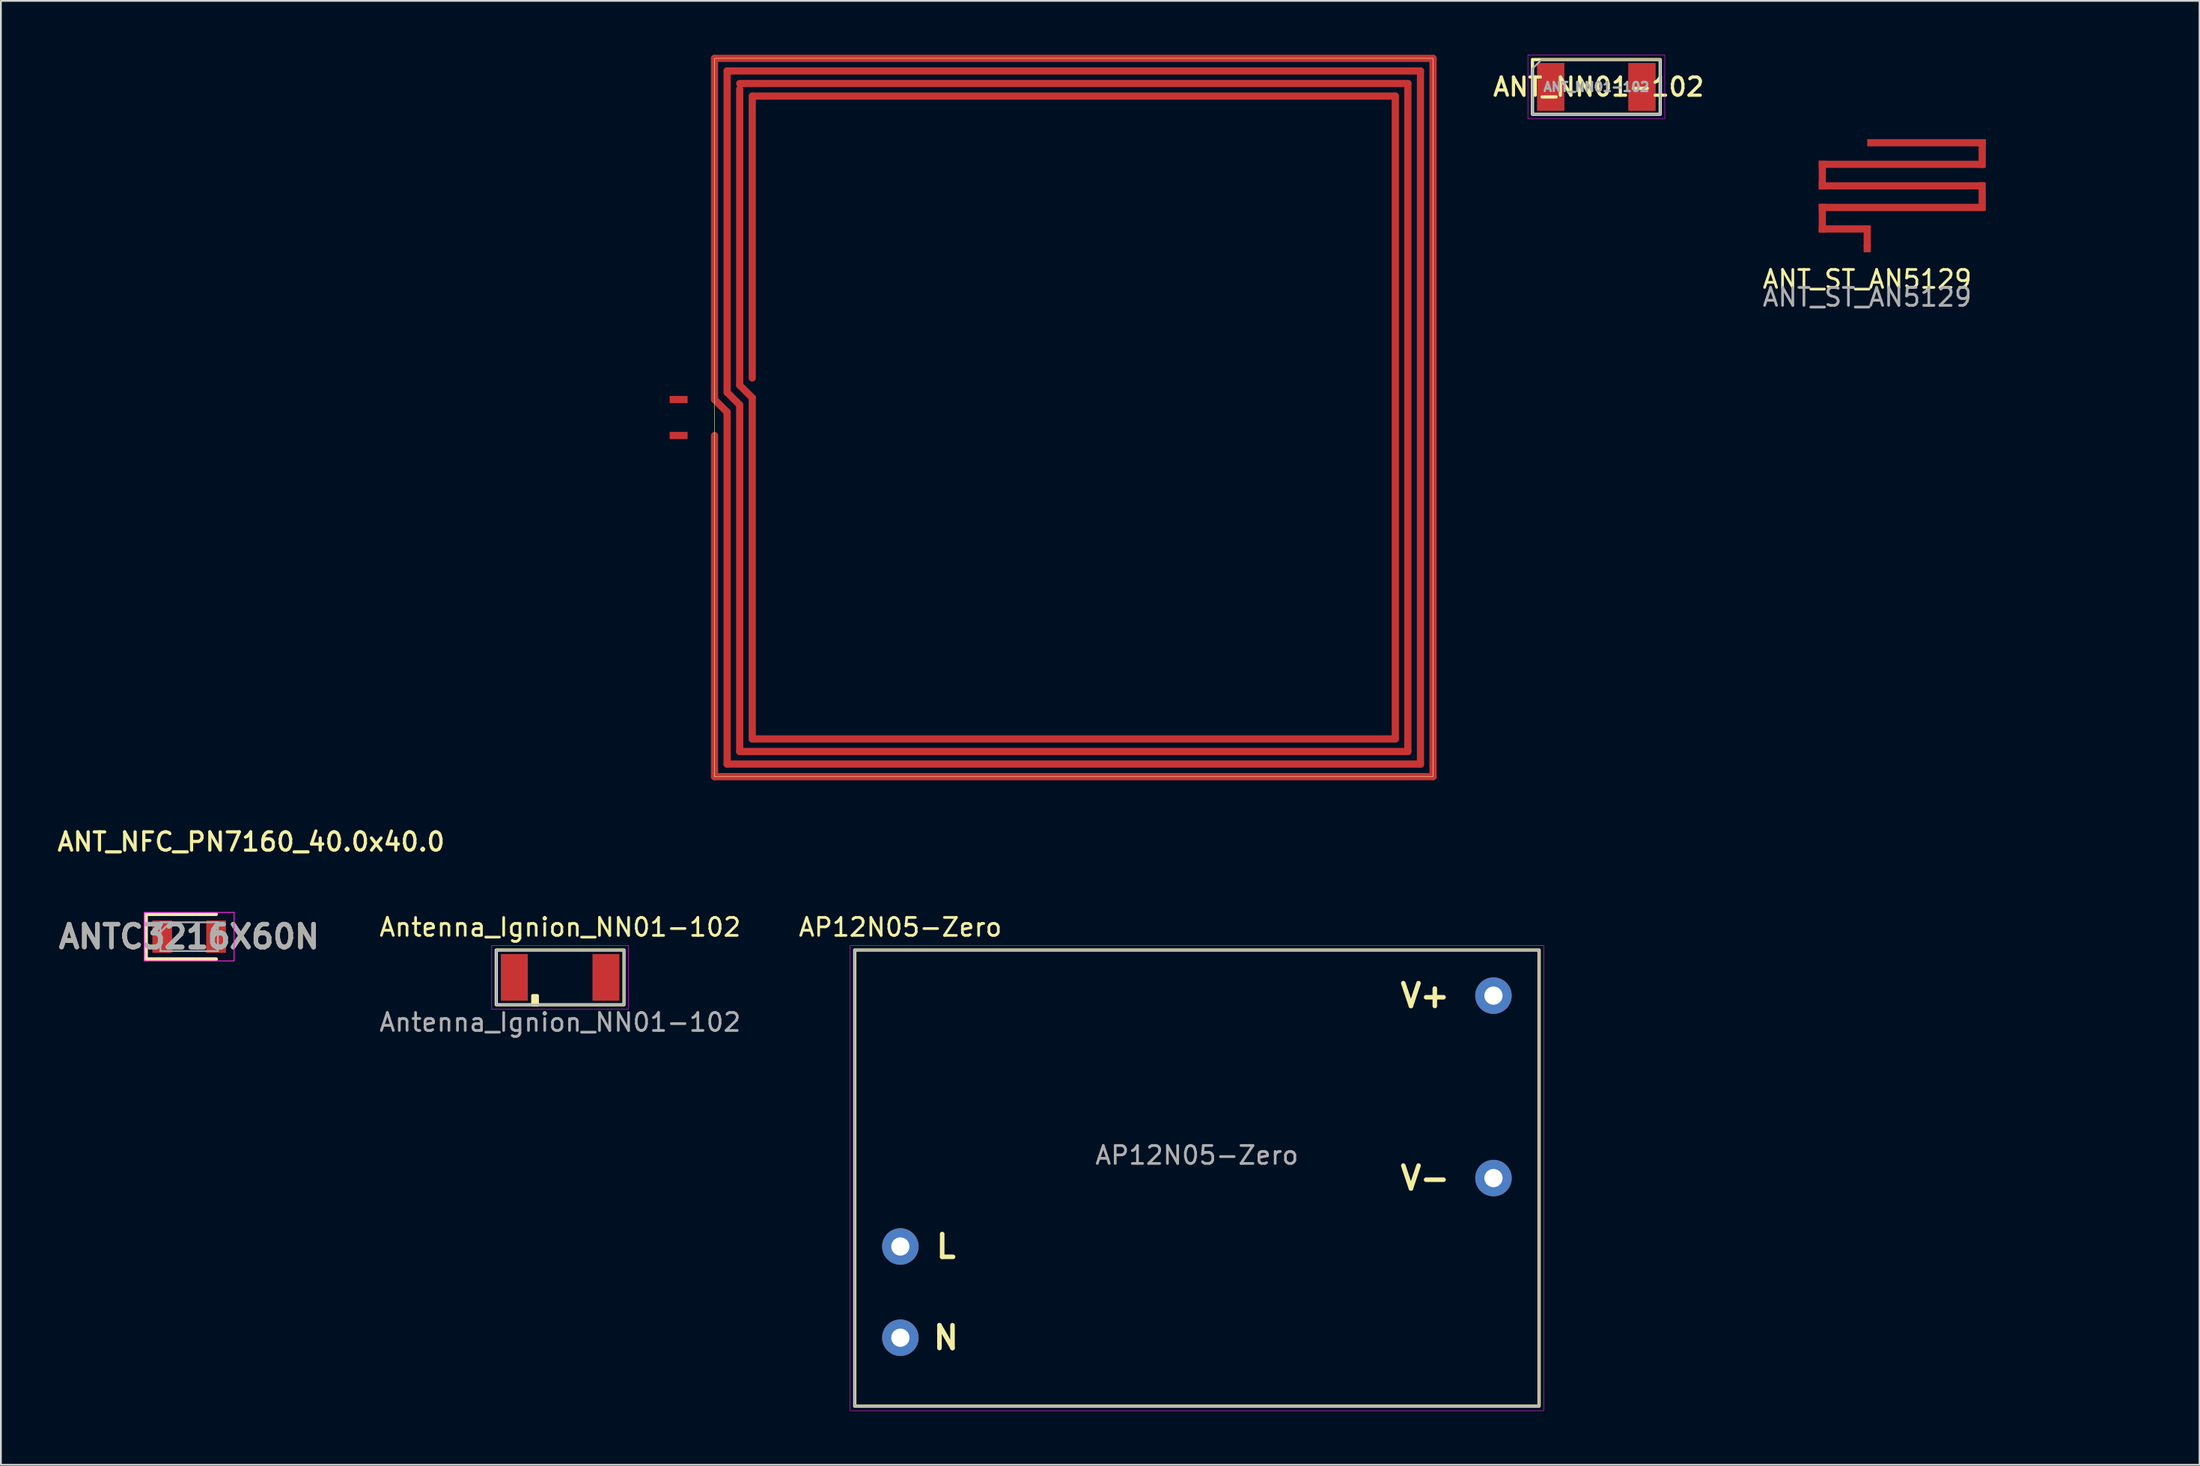
<source format=kicad_pcb>
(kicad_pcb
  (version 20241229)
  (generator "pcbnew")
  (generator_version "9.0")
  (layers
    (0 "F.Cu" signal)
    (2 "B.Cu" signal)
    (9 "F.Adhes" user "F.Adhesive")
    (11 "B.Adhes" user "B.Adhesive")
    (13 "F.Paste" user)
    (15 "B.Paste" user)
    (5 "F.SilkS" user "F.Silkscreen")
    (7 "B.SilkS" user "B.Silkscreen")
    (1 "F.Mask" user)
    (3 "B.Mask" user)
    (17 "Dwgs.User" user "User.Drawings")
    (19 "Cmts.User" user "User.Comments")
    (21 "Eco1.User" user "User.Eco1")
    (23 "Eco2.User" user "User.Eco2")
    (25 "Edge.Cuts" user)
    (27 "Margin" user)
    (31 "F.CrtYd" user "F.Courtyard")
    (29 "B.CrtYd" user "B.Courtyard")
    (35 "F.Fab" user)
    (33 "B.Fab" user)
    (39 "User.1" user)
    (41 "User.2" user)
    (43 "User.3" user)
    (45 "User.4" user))
  (footprint "ANTC3216X60N"
    (layer "F.Cu")
    (at 7.481 49.111)
    (property "Reference" "ANTC3216X60N" (at 0 0 0) (layer "F.SilkS") (effects (font (size 1.27 1.27) (thickness 0.254))))
    (attr smd)
    (fp_line (start -2.4 -1.25) (end -2.4 1.25) (stroke (width 0.2) (type solid)) (layer "F.SilkS"))
    (fp_line (start -2.4 1.25) (end 1.5 1.25) (stroke (width 0.2) (type solid)) (layer "F.SilkS"))
    (fp_line (start 1.5 -1.25) (end -2.4 -1.25) (stroke (width 0.2) (type solid)) (layer "F.SilkS"))
    (fp_line (start -2.5 -1.35) (end 2.5 -1.35) (stroke (width 0.05) (type solid)) (layer "F.CrtYd"))
    (fp_line (start -2.5 1.35) (end -2.5 -1.35) (stroke (width 0.05) (type solid)) (layer "F.CrtYd"))
    (fp_line (start 2.5 -1.35) (end 2.5 1.35) (stroke (width 0.05) (type solid)) (layer "F.CrtYd"))
    (fp_line (start 2.5 1.35) (end -2.5 1.35) (stroke (width 0.05) (type solid)) (layer "F.CrtYd"))
    (fp_line (start -1.6 -0.8) (end 1.6 -0.8) (stroke (width 0.1) (type solid)) (layer "F.Fab"))
    (fp_line (start -1.6 -0.25) (end -1.05 -0.8) (stroke (width 0.1) (type solid)) (layer "F.Fab"))
    (fp_line (start -1.6 0.8) (end -1.6 -0.8) (stroke (width 0.1) (type solid)) (layer "F.Fab"))
    (fp_line (start 1.6 -0.8) (end 1.6 0.8) (stroke (width 0.1) (type solid)) (layer "F.Fab"))
    (fp_line (start 1.6 0.8) (end -1.6 0.8) (stroke (width 0.1) (type solid)) (layer "F.Fab"))
    (fp_text user "${REFERENCE}" (at 0 0 0) (layer "F.Fab") (effects (font (size 1.27 1.27) (thickness 0.254))))
    (pad "1" smd rect (at -1.5 0) (size 1.1 1.8) (layers "F.Cu" "F.Mask" "F.Paste"))
    (pad "2" smd rect (at 1.5 0) (size 1.1 1.8) (layers "F.Cu" "F.Mask" "F.Paste")))
  (footprint "ANT_NN01-102"
    (layer "F.Cu")
    (at 85.822 1.791)
    (property "Reference" "ANT_NN01-102" (at 0.127 0 0) (layer "F.SilkS") (effects (font (size 1.016 1.016) (thickness 0.178))))
    (attr smd)
    (fp_rect (start -3.556 -1.524) (end 3.556 1.524) (stroke (width 0.178) (type solid)) (fill no) (layer "F.SilkS"))
    (fp_rect (start -3.81 -1.778) (end 3.81 1.778) (stroke (width 0.025) (type solid)) (fill no) (layer "F.CrtYd"))
    (fp_line (start -3.556 -1.016) (end -3.048 -1.524) (stroke (width 0.1) (type solid)) (layer "F.Fab"))
    (fp_line (start -3.556 1.524) (end -3.556 -1.016) (stroke (width 0.1) (type solid)) (layer "F.Fab"))
    (fp_line (start -3.556 1.524) (end 3.556 1.524) (stroke (width 0.1) (type solid)) (layer "F.Fab"))
    (fp_line (start -3.048 -1.524) (end 3.556 -1.524) (stroke (width 0.1) (type solid)) (layer "F.Fab"))
    (fp_line (start 3.556 -1.524) (end 3.556 1.524) (stroke (width 0.1) (type solid)) (layer "F.Fab"))
    (fp_text user "${REFERENCE}" (at 0 0 0) (layer "F.Fab") (effects (font (size 0.508 0.508) (thickness 0.127))))
    (pad "1" smd rect (at -2.54 0) (size 1.524 2.667) (layers "F.Cu" "F.Mask" "F.Paste"))
    (pad "2" smd rect (at 2.54 0) (size 1.524 2.667) (layers "F.Cu" "F.Mask" "F.Paste")))
  (footprint "Antenna_Ignion_NN01-102"
    (layer "F.Cu")
    (at 28.134 51.379)
    (property "Reference" "Antenna_Ignion_NN01-102" (at 0 -2.794 0) (unlocked yes) (layer "F.SilkS") (effects (font (size 1 1) (thickness 0.15))))
    (fp_rect (start -3.556 -1.524) (end 3.556 1.524) (stroke (width 0.178) (type solid)) (fill no) (layer "F.SilkS"))
    (fp_rect (start -1.524 1.016) (end -1.27 1.524) (stroke (width 0.178) (type solid)) (fill yes) (layer "F.SilkS"))
    (fp_rect (start -3.81 -1.778) (end 3.81 1.778) (stroke (width 0.025) (type solid)) (fill no) (layer "F.CrtYd"))
    (fp_rect (start -3.556 -1.524) (end 3.556 1.524) (stroke (width 0.1) (type solid)) (fill no) (layer "F.Fab"))
    (fp_text user "${REFERENCE}" (at 0 2.5 0) (unlocked yes) (layer "F.Fab") (effects (font (size 1 1) (thickness 0.15))))
    (pad "1" smd rect (at -2.55 0) (size 1.5 2.6) (layers "F.Cu" "F.Mask" "F.Paste"))
    (pad "2" smd rect (at 2.55 0) (size 1.5 2.6) (layers "F.Cu" "F.Mask" "F.Paste")))
  (footprint "ANT_NFC_PN7160_40.0x40.0"
    (layer "F.Cu")
    (at 36.73 20.2)
    (property "Reference" "ANT_NFC_PN7160_40.0x40.0" (at -25.8 23.63 0) (layer "F.SilkS") (effects (font (size 1.016 1.016) (thickness 0.178))))
    (attr smd)
    (fp_line (start 0 -20) (end 40 -20) (stroke (width 0.4) (type solid)) (layer "F.Cu"))
    (fp_line (start 0 -1) (end 0 -20) (stroke (width 0.4) (type solid)) (layer "F.Cu"))
    (fp_line (start 0 -1) (end 0.7 -0.3) (stroke (width 0.4) (type default)) (layer "F.Cu"))
    (fp_line (start 0 20) (end 0 1) (stroke (width 0.4) (type solid)) (layer "F.Cu"))
    (fp_line (start 0 20) (end 40 20) (stroke (width 0.4) (type solid)) (layer "F.Cu"))
    (fp_line (start 0.7 -19.3) (end 39.3 -19.3) (stroke (width 0.4) (type solid)) (layer "F.Cu"))
    (fp_line (start 0.7 -1.4) (end 0.7 -19.3) (stroke (width 0.4) (type solid)) (layer "F.Cu"))
    (fp_line (start 0.7 -1.4) (end 1.4 -0.7) (stroke (width 0.4) (type default)) (layer "F.Cu"))
    (fp_line (start 0.7 19.3) (end 0.7 -0.3) (stroke (width 0.4) (type solid)) (layer "F.Cu"))
    (fp_line (start 0.7 19.3) (end 39.3 19.3) (stroke (width 0.4) (type solid)) (layer "F.Cu"))
    (fp_line (start 1.4 -18.6) (end 38.6 -18.6) (stroke (width 0.4) (type solid)) (layer "F.Cu"))
    (fp_line (start 1.4 -1.8) (end 1.4 -18.3) (stroke (width 0.4) (type solid)) (layer "F.Cu"))
    (fp_line (start 1.4 -1.8) (end 2.1 -1.1) (stroke (width 0.4) (type default)) (layer "F.Cu"))
    (fp_line (start 1.4 18.6) (end 1.4 -0.7) (stroke (width 0.4) (type solid)) (layer "F.Cu"))
    (fp_line (start 1.4 18.6) (end 38.6 18.6) (stroke (width 0.4) (type solid)) (layer "F.Cu"))
    (fp_line (start 2.1 -17.9) (end 37.9 -17.9) (stroke (width 0.4) (type solid)) (layer "F.Cu"))
    (fp_line (start 2.1 -2.2) (end 2.1 -17.9) (stroke (width 0.4) (type solid)) (layer "F.Cu"))
    (fp_line (start 2.1 17.9) (end 2.1 -1.1) (stroke (width 0.4) (type solid)) (layer "F.Cu"))
    (fp_line (start 2.1 17.9) (end 37.9 17.9) (stroke (width 0.4) (type solid)) (layer "F.Cu"))
    (fp_line (start 37.9 17.9) (end 37.9 -17.9) (stroke (width 0.4) (type solid)) (layer "F.Cu"))
    (fp_line (start 38.6 18.6) (end 38.6 -18.6) (stroke (width 0.4) (type solid)) (layer "F.Cu"))
    (fp_line (start 39.3 19.3) (end 39.3 -19.3) (stroke (width 0.4) (type solid)) (layer "F.Cu"))
    (fp_line (start 40 20) (end 40 -20) (stroke (width 0.4) (type solid)) (layer "F.Cu"))
    (fp_rect (start 0 -20) (end 40 20) (stroke (width 0.025) (type default)) (fill no) (layer "F.SilkS"))
    (pad "1" smd rect (at -2 1) (size 1 0.4) (layers "F.Cu" "F.Mask" "F.Paste"))
    (pad "2" smd rect (at -2 -1) (size 1 0.4) (layers "F.Cu" "F.Mask" "F.Paste")))
  (footprint "ANT_ST_AN5129"
    (layer "F.Cu")
    (at 100.903 11)
    (property "Reference" "ANT_ST_AN5129" (at 0 1.5 0) (unlocked yes) (layer "F.SilkS") (effects (font (size 1 1) (thickness 0.15))))
    (attr smd)
    (fp_text user "${REFERENCE}" (at 0 2.5 0) (unlocked yes) (layer "F.Fab") (effects (font (size 1 1) (thickness 0.15))))
    (pad "1" smd rect (at -2.5 -4.3) (size 0.4 1.6) (layers "F.Cu" "F.Mask"))
    (pad "1" smd rect (at -2.5 -1.9) (size 0.4 1.6) (layers "F.Cu" "F.Mask"))
    (pad "1" smd rect (at -1.4 -1.3 90) (size 0.4 2.6) (layers "F.Cu" "F.Mask"))
    (pad "1" smd rect (at 0 -0.9) (size 0.4 1.2) (layers "F.Cu" "F.Mask"))
    (pad "1" smd rect (at 0 -0.2) (size 0.4 0.4) (layers "F.Cu" "F.Mask"))
    (pad "1" smd rect (at 1.9 -4.9 90) (size 0.4 9.2) (layers "F.Cu" "F.Mask"))
    (pad "1" smd rect (at 1.9 -3.7 90) (size 0.4 9.2) (layers "F.Cu" "F.Mask"))
    (pad "1" smd rect (at 1.9 -2.5 90) (size 0.4 9.2) (layers "F.Cu" "F.Mask"))
    (pad "1" smd rect (at 3.3 -6.1 90) (size 0.4 6.6) (layers "F.Cu" "F.Mask"))
    (pad "1" smd rect (at 6.4 -5.5) (size 0.4 1.6) (layers "F.Cu" "F.Mask"))
    (pad "1" smd rect (at 6.4 -3.1) (size 0.4 1.6) (layers "F.Cu" "F.Mask"))
    (zone (net_name "") (layer "F.Cu") (hatch edge 0.508) (connect_pads) (min_thickness 0.254) (filled_areas_thickness no) (keepout (tracks allowed) (vias allowed) (pads allowed) (copperpour not_allowed) (footprints not_allowed)) (placement (enabled no)) (fill) (polygon (pts (xy 116.403 11) (xy 97.403 11) (xy 97.403 0) (xy 116.403 0)))))
  (footprint "AP12N05-Zero"
    (layer "F.Cu")
    (at 47.075 71.445)
    (property "Reference" "AP12N05-Zero" (at 0 -22.86 0) (unlocked yes) (layer "F.SilkS") (effects (font (size 1 1) (thickness 0.15))))
    (attr through_hole)
    (fp_rect (start -2.54 -21.59) (end 35.56 3.81) (stroke (width 0.178) (type solid)) (fill no) (layer "F.SilkS"))
    (fp_rect (start -2.794 -21.844) (end 35.814 4.064) (stroke (width 0.025) (type solid)) (fill no) (layer "F.CrtYd"))
    (fp_rect (start -2.54 -21.59) (end 35.56 3.81) (stroke (width 0.1) (type solid)) (fill no) (layer "F.Fab"))
    (fp_text user "V-" (at 29.21 -8.89 0) (unlocked yes) (layer "F.SilkS") (effects (font (size 1.27 1.27) (thickness 0.254))))
    (fp_text user "V+" (at 29.21 -19.05 0) (unlocked yes) (layer "F.SilkS") (effects (font (size 1.27 1.27) (thickness 0.254))))
    (fp_text user "L" (at 2.54 -5.08 0) (unlocked yes) (layer "F.SilkS") (effects (font (size 1.27 1.27) (thickness 0.254))))
    (fp_text user "N" (at 2.54 0 0) (unlocked yes) (layer "F.SilkS") (effects (font (size 1.27 1.27) (thickness 0.254))))
    (fp_text user "${REFERENCE}" (at 16.51 -10.16 0) (unlocked yes) (layer "F.Fab") (effects (font (size 1 1) (thickness 0.15))))
    (pad "1" thru_hole circle (at 0 0) (size 2.032 2.032) (drill 1.016) (layers "*.Cu" "*.Mask"))
    (pad "2" thru_hole circle (at 0 -5.08) (size 2.032 2.032) (drill 1.016) (layers "*.Cu" "*.Mask"))
    (pad "3" thru_hole circle (at 33.02 -19.05) (size 2.032 2.032) (drill 1.016) (layers "*.Cu" "*.Mask"))
    (pad "4" thru_hole circle (at 33.02 -8.89) (size 2.032 2.032) (drill 1.016) (layers "*.Cu" "*.Mask")))
  (gr_rect
    (start -3 -3)
    (end 119.403 78.521)
    (stroke (width 0.1) (type default))
    (fill no)
    (layer "Edge.Cuts")))
</source>
